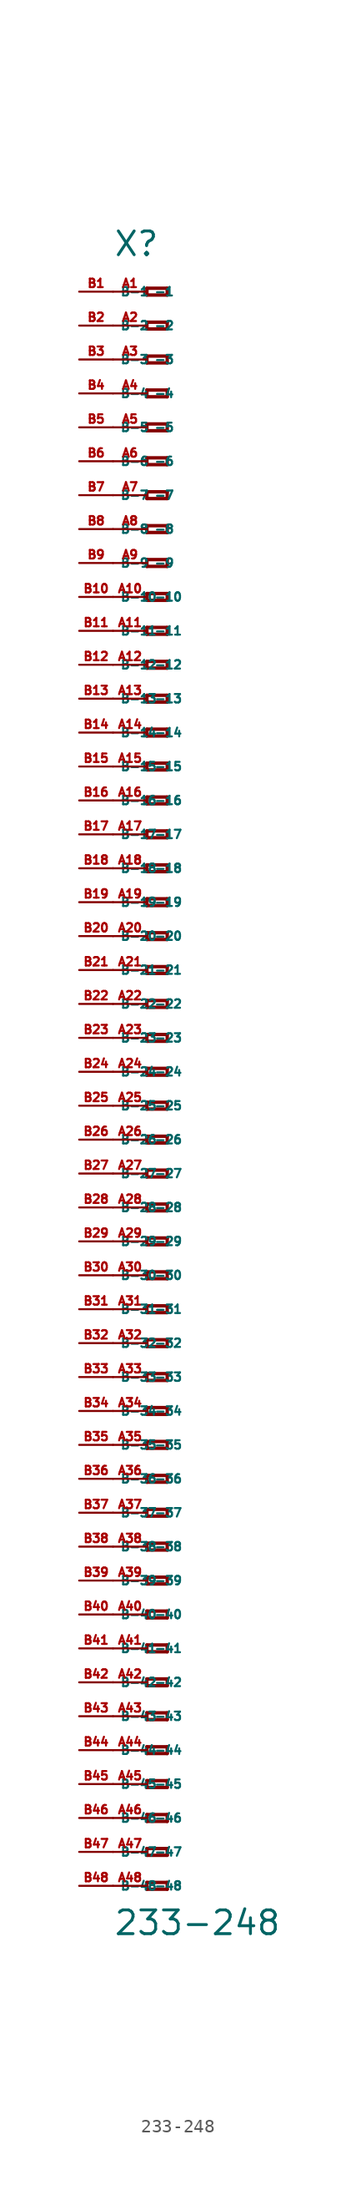
<source format=kicad_sym>
(kicad_symbol_lib
  (version 20220914)
  (generator Eagle2Kicad)
  (symbol "233-248"
    (property "Reference" "X"
      (at -5.08 60.96 0)
      (effects (font (size 1.778 1.778) (thickness 0.22)) (justify left bottom)))
    (property "Value" "233-248"
      (at -5.08 -64.77 0)
      (effects (font (size 1.778 1.778) (thickness 0.22)) (justify left bottom)))
    (polyline
      (pts (xy -2.54 58.674) (xy -2.54 58.166))
      (stroke (width 0.254) (type default))
      (fill (type none)))
    (polyline
      (pts (xy -2.54 58.166) (xy -1.016 58.166))
      (stroke (width 0.254) (type default))
      (fill (type none)))
    (polyline
      (pts (xy -1.016 58.166) (xy -1.016 58.674))
      (stroke (width 0.254) (type default))
      (fill (type none)))
    (polyline
      (pts (xy -1.016 58.674) (xy -2.54 58.674))
      (stroke (width 0.254) (type default))
      (fill (type none)))
    (polyline
      (pts (xy -2.54 56.134) (xy -2.54 55.626))
      (stroke (width 0.254) (type default))
      (fill (type none)))
    (polyline
      (pts (xy -2.54 55.626) (xy -1.016 55.626))
      (stroke (width 0.254) (type default))
      (fill (type none)))
    (polyline
      (pts (xy -1.016 55.626) (xy -1.016 56.134))
      (stroke (width 0.254) (type default))
      (fill (type none)))
    (polyline
      (pts (xy -1.016 56.134) (xy -2.54 56.134))
      (stroke (width 0.254) (type default))
      (fill (type none)))
    (polyline
      (pts (xy -2.54 53.594) (xy -2.54 53.086))
      (stroke (width 0.254) (type default))
      (fill (type none)))
    (polyline
      (pts (xy -2.54 53.086) (xy -1.016 53.086))
      (stroke (width 0.254) (type default))
      (fill (type none)))
    (polyline
      (pts (xy -1.016 53.086) (xy -1.016 53.594))
      (stroke (width 0.254) (type default))
      (fill (type none)))
    (polyline
      (pts (xy -1.016 53.594) (xy -2.54 53.594))
      (stroke (width 0.254) (type default))
      (fill (type none)))
    (polyline
      (pts (xy -2.54 51.054) (xy -2.54 50.546))
      (stroke (width 0.254) (type default))
      (fill (type none)))
    (polyline
      (pts (xy -2.54 50.546) (xy -1.016 50.546))
      (stroke (width 0.254) (type default))
      (fill (type none)))
    (polyline
      (pts (xy -1.016 50.546) (xy -1.016 51.054))
      (stroke (width 0.254) (type default))
      (fill (type none)))
    (polyline
      (pts (xy -1.016 51.054) (xy -2.54 51.054))
      (stroke (width 0.254) (type default))
      (fill (type none)))
    (polyline
      (pts (xy -2.54 48.514) (xy -2.54 48.006))
      (stroke (width 0.254) (type default))
      (fill (type none)))
    (polyline
      (pts (xy -2.54 48.006) (xy -1.016 48.006))
      (stroke (width 0.254) (type default))
      (fill (type none)))
    (polyline
      (pts (xy -1.016 48.006) (xy -1.016 48.514))
      (stroke (width 0.254) (type default))
      (fill (type none)))
    (polyline
      (pts (xy -1.016 48.514) (xy -2.54 48.514))
      (stroke (width 0.254) (type default))
      (fill (type none)))
    (polyline
      (pts (xy -2.54 45.974) (xy -2.54 45.466))
      (stroke (width 0.254) (type default))
      (fill (type none)))
    (polyline
      (pts (xy -2.54 45.466) (xy -1.016 45.466))
      (stroke (width 0.254) (type default))
      (fill (type none)))
    (polyline
      (pts (xy -1.016 45.466) (xy -1.016 45.974))
      (stroke (width 0.254) (type default))
      (fill (type none)))
    (polyline
      (pts (xy -1.016 45.974) (xy -2.54 45.974))
      (stroke (width 0.254) (type default))
      (fill (type none)))
    (polyline
      (pts (xy -2.54 43.434) (xy -2.54 42.926))
      (stroke (width 0.254) (type default))
      (fill (type none)))
    (polyline
      (pts (xy -2.54 42.926) (xy -1.016 42.926))
      (stroke (width 0.254) (type default))
      (fill (type none)))
    (polyline
      (pts (xy -1.016 42.926) (xy -1.016 43.434))
      (stroke (width 0.254) (type default))
      (fill (type none)))
    (polyline
      (pts (xy -1.016 43.434) (xy -2.54 43.434))
      (stroke (width 0.254) (type default))
      (fill (type none)))
    (polyline
      (pts (xy -2.54 40.894) (xy -2.54 40.386))
      (stroke (width 0.254) (type default))
      (fill (type none)))
    (polyline
      (pts (xy -2.54 40.386) (xy -1.016 40.386))
      (stroke (width 0.254) (type default))
      (fill (type none)))
    (polyline
      (pts (xy -1.016 40.386) (xy -1.016 40.894))
      (stroke (width 0.254) (type default))
      (fill (type none)))
    (polyline
      (pts (xy -1.016 40.894) (xy -2.54 40.894))
      (stroke (width 0.254) (type default))
      (fill (type none)))
    (polyline
      (pts (xy -2.54 38.354) (xy -2.54 37.846))
      (stroke (width 0.254) (type default))
      (fill (type none)))
    (polyline
      (pts (xy -2.54 37.846) (xy -1.016 37.846))
      (stroke (width 0.254) (type default))
      (fill (type none)))
    (polyline
      (pts (xy -1.016 37.846) (xy -1.016 38.354))
      (stroke (width 0.254) (type default))
      (fill (type none)))
    (polyline
      (pts (xy -1.016 38.354) (xy -2.54 38.354))
      (stroke (width 0.254) (type default))
      (fill (type none)))
    (polyline
      (pts (xy -2.54 35.814) (xy -2.54 35.306))
      (stroke (width 0.254) (type default))
      (fill (type none)))
    (polyline
      (pts (xy -2.54 35.306) (xy -1.016 35.306))
      (stroke (width 0.254) (type default))
      (fill (type none)))
    (polyline
      (pts (xy -1.016 35.306) (xy -1.016 35.814))
      (stroke (width 0.254) (type default))
      (fill (type none)))
    (polyline
      (pts (xy -1.016 35.814) (xy -2.54 35.814))
      (stroke (width 0.254) (type default))
      (fill (type none)))
    (polyline
      (pts (xy -2.54 33.274) (xy -2.54 32.766))
      (stroke (width 0.254) (type default))
      (fill (type none)))
    (polyline
      (pts (xy -2.54 32.766) (xy -1.016 32.766))
      (stroke (width 0.254) (type default))
      (fill (type none)))
    (polyline
      (pts (xy -1.016 32.766) (xy -1.016 33.274))
      (stroke (width 0.254) (type default))
      (fill (type none)))
    (polyline
      (pts (xy -1.016 33.274) (xy -2.54 33.274))
      (stroke (width 0.254) (type default))
      (fill (type none)))
    (polyline
      (pts (xy -2.54 30.734) (xy -2.54 30.226))
      (stroke (width 0.254) (type default))
      (fill (type none)))
    (polyline
      (pts (xy -2.54 30.226) (xy -1.016 30.226))
      (stroke (width 0.254) (type default))
      (fill (type none)))
    (polyline
      (pts (xy -1.016 30.226) (xy -1.016 30.734))
      (stroke (width 0.254) (type default))
      (fill (type none)))
    (polyline
      (pts (xy -1.016 30.734) (xy -2.54 30.734))
      (stroke (width 0.254) (type default))
      (fill (type none)))
    (polyline
      (pts (xy -2.54 28.194) (xy -2.54 27.686))
      (stroke (width 0.254) (type default))
      (fill (type none)))
    (polyline
      (pts (xy -2.54 27.686) (xy -1.016 27.686))
      (stroke (width 0.254) (type default))
      (fill (type none)))
    (polyline
      (pts (xy -1.016 27.686) (xy -1.016 28.194))
      (stroke (width 0.254) (type default))
      (fill (type none)))
    (polyline
      (pts (xy -1.016 28.194) (xy -2.54 28.194))
      (stroke (width 0.254) (type default))
      (fill (type none)))
    (polyline
      (pts (xy -2.54 25.654) (xy -2.54 25.146))
      (stroke (width 0.254) (type default))
      (fill (type none)))
    (polyline
      (pts (xy -2.54 25.146) (xy -1.016 25.146))
      (stroke (width 0.254) (type default))
      (fill (type none)))
    (polyline
      (pts (xy -1.016 25.146) (xy -1.016 25.654))
      (stroke (width 0.254) (type default))
      (fill (type none)))
    (polyline
      (pts (xy -1.016 25.654) (xy -2.54 25.654))
      (stroke (width 0.254) (type default))
      (fill (type none)))
    (polyline
      (pts (xy -2.54 23.114) (xy -2.54 22.606))
      (stroke (width 0.254) (type default))
      (fill (type none)))
    (polyline
      (pts (xy -2.54 22.606) (xy -1.016 22.606))
      (stroke (width 0.254) (type default))
      (fill (type none)))
    (polyline
      (pts (xy -1.016 22.606) (xy -1.016 23.114))
      (stroke (width 0.254) (type default))
      (fill (type none)))
    (polyline
      (pts (xy -1.016 23.114) (xy -2.54 23.114))
      (stroke (width 0.254) (type default))
      (fill (type none)))
    (polyline
      (pts (xy -2.54 20.574) (xy -2.54 20.066))
      (stroke (width 0.254) (type default))
      (fill (type none)))
    (polyline
      (pts (xy -2.54 20.066) (xy -1.016 20.066))
      (stroke (width 0.254) (type default))
      (fill (type none)))
    (polyline
      (pts (xy -1.016 20.066) (xy -1.016 20.574))
      (stroke (width 0.254) (type default))
      (fill (type none)))
    (polyline
      (pts (xy -1.016 20.574) (xy -2.54 20.574))
      (stroke (width 0.254) (type default))
      (fill (type none)))
    (polyline
      (pts (xy -2.54 18.034) (xy -2.54 17.526))
      (stroke (width 0.254) (type default))
      (fill (type none)))
    (polyline
      (pts (xy -2.54 17.526) (xy -1.016 17.526))
      (stroke (width 0.254) (type default))
      (fill (type none)))
    (polyline
      (pts (xy -1.016 17.526) (xy -1.016 18.034))
      (stroke (width 0.254) (type default))
      (fill (type none)))
    (polyline
      (pts (xy -1.016 18.034) (xy -2.54 18.034))
      (stroke (width 0.254) (type default))
      (fill (type none)))
    (polyline
      (pts (xy -2.54 15.494) (xy -2.54 14.986))
      (stroke (width 0.254) (type default))
      (fill (type none)))
    (polyline
      (pts (xy -2.54 14.986) (xy -1.016 14.986))
      (stroke (width 0.254) (type default))
      (fill (type none)))
    (polyline
      (pts (xy -1.016 14.986) (xy -1.016 15.494))
      (stroke (width 0.254) (type default))
      (fill (type none)))
    (polyline
      (pts (xy -1.016 15.494) (xy -2.54 15.494))
      (stroke (width 0.254) (type default))
      (fill (type none)))
    (polyline
      (pts (xy -2.54 12.954) (xy -2.54 12.446))
      (stroke (width 0.254) (type default))
      (fill (type none)))
    (polyline
      (pts (xy -2.54 12.446) (xy -1.016 12.446))
      (stroke (width 0.254) (type default))
      (fill (type none)))
    (polyline
      (pts (xy -1.016 12.446) (xy -1.016 12.954))
      (stroke (width 0.254) (type default))
      (fill (type none)))
    (polyline
      (pts (xy -1.016 12.954) (xy -2.54 12.954))
      (stroke (width 0.254) (type default))
      (fill (type none)))
    (polyline
      (pts (xy -2.54 10.414) (xy -2.54 9.906))
      (stroke (width 0.254) (type default))
      (fill (type none)))
    (polyline
      (pts (xy -2.54 9.906) (xy -1.016 9.906))
      (stroke (width 0.254) (type default))
      (fill (type none)))
    (polyline
      (pts (xy -1.016 9.906) (xy -1.016 10.414))
      (stroke (width 0.254) (type default))
      (fill (type none)))
    (polyline
      (pts (xy -1.016 10.414) (xy -2.54 10.414))
      (stroke (width 0.254) (type default))
      (fill (type none)))
    (polyline
      (pts (xy -2.54 7.874) (xy -2.54 7.366))
      (stroke (width 0.254) (type default))
      (fill (type none)))
    (polyline
      (pts (xy -2.54 7.366) (xy -1.016 7.366))
      (stroke (width 0.254) (type default))
      (fill (type none)))
    (polyline
      (pts (xy -1.016 7.366) (xy -1.016 7.874))
      (stroke (width 0.254) (type default))
      (fill (type none)))
    (polyline
      (pts (xy -1.016 7.874) (xy -2.54 7.874))
      (stroke (width 0.254) (type default))
      (fill (type none)))
    (polyline
      (pts (xy -2.54 5.334) (xy -2.54 4.826))
      (stroke (width 0.254) (type default))
      (fill (type none)))
    (polyline
      (pts (xy -2.54 4.826) (xy -1.016 4.826))
      (stroke (width 0.254) (type default))
      (fill (type none)))
    (polyline
      (pts (xy -1.016 4.826) (xy -1.016 5.334))
      (stroke (width 0.254) (type default))
      (fill (type none)))
    (polyline
      (pts (xy -1.016 5.334) (xy -2.54 5.334))
      (stroke (width 0.254) (type default))
      (fill (type none)))
    (polyline
      (pts (xy -2.54 2.794) (xy -2.54 2.286))
      (stroke (width 0.254) (type default))
      (fill (type none)))
    (polyline
      (pts (xy -2.54 2.286) (xy -1.016 2.286))
      (stroke (width 0.254) (type default))
      (fill (type none)))
    (polyline
      (pts (xy -1.016 2.286) (xy -1.016 2.794))
      (stroke (width 0.254) (type default))
      (fill (type none)))
    (polyline
      (pts (xy -1.016 2.794) (xy -2.54 2.794))
      (stroke (width 0.254) (type default))
      (fill (type none)))
    (polyline
      (pts (xy -2.54 0.254) (xy -2.54 -0.254))
      (stroke (width 0.254) (type default))
      (fill (type none)))
    (polyline
      (pts (xy -2.54 -0.254) (xy -1.016 -0.254))
      (stroke (width 0.254) (type default))
      (fill (type none)))
    (polyline
      (pts (xy -1.016 -0.254) (xy -1.016 0.254))
      (stroke (width 0.254) (type default))
      (fill (type none)))
    (polyline
      (pts (xy -1.016 0.254) (xy -2.54 0.254))
      (stroke (width 0.254) (type default))
      (fill (type none)))
    (polyline
      (pts (xy -2.54 -2.286) (xy -2.54 -2.794))
      (stroke (width 0.254) (type default))
      (fill (type none)))
    (polyline
      (pts (xy -2.54 -2.794) (xy -1.016 -2.794))
      (stroke (width 0.254) (type default))
      (fill (type none)))
    (polyline
      (pts (xy -1.016 -2.794) (xy -1.016 -2.286))
      (stroke (width 0.254) (type default))
      (fill (type none)))
    (polyline
      (pts (xy -1.016 -2.286) (xy -2.54 -2.286))
      (stroke (width 0.254) (type default))
      (fill (type none)))
    (polyline
      (pts (xy -2.54 -4.826) (xy -2.54 -5.334))
      (stroke (width 0.254) (type default))
      (fill (type none)))
    (polyline
      (pts (xy -2.54 -5.334) (xy -1.016 -5.334))
      (stroke (width 0.254) (type default))
      (fill (type none)))
    (polyline
      (pts (xy -1.016 -5.334) (xy -1.016 -4.826))
      (stroke (width 0.254) (type default))
      (fill (type none)))
    (polyline
      (pts (xy -1.016 -4.826) (xy -2.54 -4.826))
      (stroke (width 0.254) (type default))
      (fill (type none)))
    (polyline
      (pts (xy -2.54 -7.366) (xy -2.54 -7.874))
      (stroke (width 0.254) (type default))
      (fill (type none)))
    (polyline
      (pts (xy -2.54 -7.874) (xy -1.016 -7.874))
      (stroke (width 0.254) (type default))
      (fill (type none)))
    (polyline
      (pts (xy -1.016 -7.874) (xy -1.016 -7.366))
      (stroke (width 0.254) (type default))
      (fill (type none)))
    (polyline
      (pts (xy -1.016 -7.366) (xy -2.54 -7.366))
      (stroke (width 0.254) (type default))
      (fill (type none)))
    (polyline
      (pts (xy -2.54 -9.906) (xy -2.54 -10.414))
      (stroke (width 0.254) (type default))
      (fill (type none)))
    (polyline
      (pts (xy -2.54 -10.414) (xy -1.016 -10.414))
      (stroke (width 0.254) (type default))
      (fill (type none)))
    (polyline
      (pts (xy -1.016 -10.414) (xy -1.016 -9.906))
      (stroke (width 0.254) (type default))
      (fill (type none)))
    (polyline
      (pts (xy -1.016 -9.906) (xy -2.54 -9.906))
      (stroke (width 0.254) (type default))
      (fill (type none)))
    (polyline
      (pts (xy -2.54 -12.446) (xy -2.54 -12.954))
      (stroke (width 0.254) (type default))
      (fill (type none)))
    (polyline
      (pts (xy -2.54 -12.954) (xy -1.016 -12.954))
      (stroke (width 0.254) (type default))
      (fill (type none)))
    (polyline
      (pts (xy -1.016 -12.954) (xy -1.016 -12.446))
      (stroke (width 0.254) (type default))
      (fill (type none)))
    (polyline
      (pts (xy -1.016 -12.446) (xy -2.54 -12.446))
      (stroke (width 0.254) (type default))
      (fill (type none)))
    (polyline
      (pts (xy -2.54 -14.986) (xy -2.54 -15.494))
      (stroke (width 0.254) (type default))
      (fill (type none)))
    (polyline
      (pts (xy -2.54 -15.494) (xy -1.016 -15.494))
      (stroke (width 0.254) (type default))
      (fill (type none)))
    (polyline
      (pts (xy -1.016 -15.494) (xy -1.016 -14.986))
      (stroke (width 0.254) (type default))
      (fill (type none)))
    (polyline
      (pts (xy -1.016 -14.986) (xy -2.54 -14.986))
      (stroke (width 0.254) (type default))
      (fill (type none)))
    (polyline
      (pts (xy -2.54 -17.526) (xy -2.54 -18.034))
      (stroke (width 0.254) (type default))
      (fill (type none)))
    (polyline
      (pts (xy -2.54 -18.034) (xy -1.016 -18.034))
      (stroke (width 0.254) (type default))
      (fill (type none)))
    (polyline
      (pts (xy -1.016 -18.034) (xy -1.016 -17.526))
      (stroke (width 0.254) (type default))
      (fill (type none)))
    (polyline
      (pts (xy -1.016 -17.526) (xy -2.54 -17.526))
      (stroke (width 0.254) (type default))
      (fill (type none)))
    (polyline
      (pts (xy -2.54 -20.066) (xy -2.54 -20.574))
      (stroke (width 0.254) (type default))
      (fill (type none)))
    (polyline
      (pts (xy -2.54 -20.574) (xy -1.016 -20.574))
      (stroke (width 0.254) (type default))
      (fill (type none)))
    (polyline
      (pts (xy -1.016 -20.574) (xy -1.016 -20.066))
      (stroke (width 0.254) (type default))
      (fill (type none)))
    (polyline
      (pts (xy -1.016 -20.066) (xy -2.54 -20.066))
      (stroke (width 0.254) (type default))
      (fill (type none)))
    (polyline
      (pts (xy -2.54 -22.606) (xy -2.54 -23.114))
      (stroke (width 0.254) (type default))
      (fill (type none)))
    (polyline
      (pts (xy -2.54 -23.114) (xy -1.016 -23.114))
      (stroke (width 0.254) (type default))
      (fill (type none)))
    (polyline
      (pts (xy -1.016 -23.114) (xy -1.016 -22.606))
      (stroke (width 0.254) (type default))
      (fill (type none)))
    (polyline
      (pts (xy -1.016 -22.606) (xy -2.54 -22.606))
      (stroke (width 0.254) (type default))
      (fill (type none)))
    (polyline
      (pts (xy -2.54 -25.146) (xy -2.54 -25.654))
      (stroke (width 0.254) (type default))
      (fill (type none)))
    (polyline
      (pts (xy -2.54 -25.654) (xy -1.016 -25.654))
      (stroke (width 0.254) (type default))
      (fill (type none)))
    (polyline
      (pts (xy -1.016 -25.654) (xy -1.016 -25.146))
      (stroke (width 0.254) (type default))
      (fill (type none)))
    (polyline
      (pts (xy -1.016 -25.146) (xy -2.54 -25.146))
      (stroke (width 0.254) (type default))
      (fill (type none)))
    (polyline
      (pts (xy -2.54 -27.686) (xy -2.54 -28.194))
      (stroke (width 0.254) (type default))
      (fill (type none)))
    (polyline
      (pts (xy -2.54 -28.194) (xy -1.016 -28.194))
      (stroke (width 0.254) (type default))
      (fill (type none)))
    (polyline
      (pts (xy -1.016 -28.194) (xy -1.016 -27.686))
      (stroke (width 0.254) (type default))
      (fill (type none)))
    (polyline
      (pts (xy -1.016 -27.686) (xy -2.54 -27.686))
      (stroke (width 0.254) (type default))
      (fill (type none)))
    (polyline
      (pts (xy -2.54 -30.226) (xy -2.54 -30.734))
      (stroke (width 0.254) (type default))
      (fill (type none)))
    (polyline
      (pts (xy -2.54 -30.734) (xy -1.016 -30.734))
      (stroke (width 0.254) (type default))
      (fill (type none)))
    (polyline
      (pts (xy -1.016 -30.734) (xy -1.016 -30.226))
      (stroke (width 0.254) (type default))
      (fill (type none)))
    (polyline
      (pts (xy -1.016 -30.226) (xy -2.54 -30.226))
      (stroke (width 0.254) (type default))
      (fill (type none)))
    (polyline
      (pts (xy -2.54 -32.766) (xy -2.54 -33.274))
      (stroke (width 0.254) (type default))
      (fill (type none)))
    (polyline
      (pts (xy -2.54 -33.274) (xy -1.016 -33.274))
      (stroke (width 0.254) (type default))
      (fill (type none)))
    (polyline
      (pts (xy -1.016 -33.274) (xy -1.016 -32.766))
      (stroke (width 0.254) (type default))
      (fill (type none)))
    (polyline
      (pts (xy -1.016 -32.766) (xy -2.54 -32.766))
      (stroke (width 0.254) (type default))
      (fill (type none)))
    (polyline
      (pts (xy -2.54 -35.306) (xy -2.54 -35.814))
      (stroke (width 0.254) (type default))
      (fill (type none)))
    (polyline
      (pts (xy -2.54 -35.814) (xy -1.016 -35.814))
      (stroke (width 0.254) (type default))
      (fill (type none)))
    (polyline
      (pts (xy -1.016 -35.814) (xy -1.016 -35.306))
      (stroke (width 0.254) (type default))
      (fill (type none)))
    (polyline
      (pts (xy -1.016 -35.306) (xy -2.54 -35.306))
      (stroke (width 0.254) (type default))
      (fill (type none)))
    (polyline
      (pts (xy -2.54 -37.846) (xy -2.54 -38.354))
      (stroke (width 0.254) (type default))
      (fill (type none)))
    (polyline
      (pts (xy -2.54 -38.354) (xy -1.016 -38.354))
      (stroke (width 0.254) (type default))
      (fill (type none)))
    (polyline
      (pts (xy -1.016 -38.354) (xy -1.016 -37.846))
      (stroke (width 0.254) (type default))
      (fill (type none)))
    (polyline
      (pts (xy -1.016 -37.846) (xy -2.54 -37.846))
      (stroke (width 0.254) (type default))
      (fill (type none)))
    (polyline
      (pts (xy -2.54 -40.386) (xy -2.54 -40.894))
      (stroke (width 0.254) (type default))
      (fill (type none)))
    (polyline
      (pts (xy -2.54 -40.894) (xy -1.016 -40.894))
      (stroke (width 0.254) (type default))
      (fill (type none)))
    (polyline
      (pts (xy -1.016 -40.894) (xy -1.016 -40.386))
      (stroke (width 0.254) (type default))
      (fill (type none)))
    (polyline
      (pts (xy -1.016 -40.386) (xy -2.54 -40.386))
      (stroke (width 0.254) (type default))
      (fill (type none)))
    (polyline
      (pts (xy -2.54 -42.926) (xy -2.54 -43.434))
      (stroke (width 0.254) (type default))
      (fill (type none)))
    (polyline
      (pts (xy -2.54 -43.434) (xy -1.016 -43.434))
      (stroke (width 0.254) (type default))
      (fill (type none)))
    (polyline
      (pts (xy -1.016 -43.434) (xy -1.016 -42.926))
      (stroke (width 0.254) (type default))
      (fill (type none)))
    (polyline
      (pts (xy -1.016 -42.926) (xy -2.54 -42.926))
      (stroke (width 0.254) (type default))
      (fill (type none)))
    (polyline
      (pts (xy -2.54 -45.466) (xy -2.54 -45.974))
      (stroke (width 0.254) (type default))
      (fill (type none)))
    (polyline
      (pts (xy -2.54 -45.974) (xy -1.016 -45.974))
      (stroke (width 0.254) (type default))
      (fill (type none)))
    (polyline
      (pts (xy -1.016 -45.974) (xy -1.016 -45.466))
      (stroke (width 0.254) (type default))
      (fill (type none)))
    (polyline
      (pts (xy -1.016 -45.466) (xy -2.54 -45.466))
      (stroke (width 0.254) (type default))
      (fill (type none)))
    (polyline
      (pts (xy -2.54 -48.006) (xy -2.54 -48.514))
      (stroke (width 0.254) (type default))
      (fill (type none)))
    (polyline
      (pts (xy -2.54 -48.514) (xy -1.016 -48.514))
      (stroke (width 0.254) (type default))
      (fill (type none)))
    (polyline
      (pts (xy -1.016 -48.514) (xy -1.016 -48.006))
      (stroke (width 0.254) (type default))
      (fill (type none)))
    (polyline
      (pts (xy -1.016 -48.006) (xy -2.54 -48.006))
      (stroke (width 0.254) (type default))
      (fill (type none)))
    (polyline
      (pts (xy -2.54 -50.546) (xy -2.54 -51.054))
      (stroke (width 0.254) (type default))
      (fill (type none)))
    (polyline
      (pts (xy -2.54 -51.054) (xy -1.016 -51.054))
      (stroke (width 0.254) (type default))
      (fill (type none)))
    (polyline
      (pts (xy -1.016 -51.054) (xy -1.016 -50.546))
      (stroke (width 0.254) (type default))
      (fill (type none)))
    (polyline
      (pts (xy -1.016 -50.546) (xy -2.54 -50.546))
      (stroke (width 0.254) (type default))
      (fill (type none)))
    (polyline
      (pts (xy -2.54 -53.086) (xy -2.54 -53.594))
      (stroke (width 0.254) (type default))
      (fill (type none)))
    (polyline
      (pts (xy -2.54 -53.594) (xy -1.016 -53.594))
      (stroke (width 0.254) (type default))
      (fill (type none)))
    (polyline
      (pts (xy -1.016 -53.594) (xy -1.016 -53.086))
      (stroke (width 0.254) (type default))
      (fill (type none)))
    (polyline
      (pts (xy -1.016 -53.086) (xy -2.54 -53.086))
      (stroke (width 0.254) (type default))
      (fill (type none)))
    (polyline
      (pts (xy -2.54 -55.626) (xy -2.54 -56.134))
      (stroke (width 0.254) (type default))
      (fill (type none)))
    (polyline
      (pts (xy -2.54 -56.134) (xy -1.016 -56.134))
      (stroke (width 0.254) (type default))
      (fill (type none)))
    (polyline
      (pts (xy -1.016 -56.134) (xy -1.016 -55.626))
      (stroke (width 0.254) (type default))
      (fill (type none)))
    (polyline
      (pts (xy -1.016 -55.626) (xy -2.54 -55.626))
      (stroke (width 0.254) (type default))
      (fill (type none)))
    (polyline
      (pts (xy -2.54 -58.166) (xy -2.54 -58.674))
      (stroke (width 0.254) (type default))
      (fill (type none)))
    (polyline
      (pts (xy -2.54 -58.674) (xy -1.016 -58.674))
      (stroke (width 0.254) (type default))
      (fill (type none)))
    (polyline
      (pts (xy -1.016 -58.674) (xy -1.016 -58.166))
      (stroke (width 0.254) (type default))
      (fill (type none)))
    (polyline
      (pts (xy -1.016 -58.166) (xy -2.54 -58.166))
      (stroke (width 0.254) (type default))
      (fill (type none)))
    (polyline
      (pts (xy -2.54 -60.706) (xy -2.54 -61.214))
      (stroke (width 0.254) (type default))
      (fill (type none)))
    (polyline
      (pts (xy -2.54 -61.214) (xy -1.016 -61.214))
      (stroke (width 0.254) (type default))
      (fill (type none)))
    (polyline
      (pts (xy -1.016 -61.214) (xy -1.016 -60.706))
      (stroke (width 0.254) (type default))
      (fill (type none)))
    (polyline
      (pts (xy -1.016 -60.706) (xy -2.54 -60.706))
      (stroke (width 0.254) (type default))
      (fill (type none)))
    (pin passive line
      (at -5.08 58.42 0)
      (length 2.54)
      (name "-1" (effects (font (size 0.635 0.635) (thickness 0.08)) (justify left bottom)))
      (number "A1" (effects (font (size 0.635 0.635) (thickness 0.08)) (justify left bottom))))
    (pin passive line
      (at -5.08 55.88 0)
      (length 2.54)
      (name "-2" (effects (font (size 0.635 0.635) (thickness 0.08)) (justify left bottom)))
      (number "A2" (effects (font (size 0.635 0.635) (thickness 0.08)) (justify left bottom))))
    (pin passive line
      (at -5.08 53.34 0)
      (length 2.54)
      (name "-3" (effects (font (size 0.635 0.635) (thickness 0.08)) (justify left bottom)))
      (number "A3" (effects (font (size 0.635 0.635) (thickness 0.08)) (justify left bottom))))
    (pin passive line
      (at -5.08 50.8 0)
      (length 2.54)
      (name "-4" (effects (font (size 0.635 0.635) (thickness 0.08)) (justify left bottom)))
      (number "A4" (effects (font (size 0.635 0.635) (thickness 0.08)) (justify left bottom))))
    (pin passive line
      (at -5.08 48.26 0)
      (length 2.54)
      (name "-5" (effects (font (size 0.635 0.635) (thickness 0.08)) (justify left bottom)))
      (number "A5" (effects (font (size 0.635 0.635) (thickness 0.08)) (justify left bottom))))
    (pin passive line
      (at -5.08 45.72 0)
      (length 2.54)
      (name "-6" (effects (font (size 0.635 0.635) (thickness 0.08)) (justify left bottom)))
      (number "A6" (effects (font (size 0.635 0.635) (thickness 0.08)) (justify left bottom))))
    (pin passive line
      (at -5.08 43.18 0)
      (length 2.54)
      (name "-7" (effects (font (size 0.635 0.635) (thickness 0.08)) (justify left bottom)))
      (number "A7" (effects (font (size 0.635 0.635) (thickness 0.08)) (justify left bottom))))
    (pin passive line
      (at -5.08 40.64 0)
      (length 2.54)
      (name "-8" (effects (font (size 0.635 0.635) (thickness 0.08)) (justify left bottom)))
      (number "A8" (effects (font (size 0.635 0.635) (thickness 0.08)) (justify left bottom))))
    (pin passive line
      (at -5.08 38.1 0)
      (length 2.54)
      (name "-9" (effects (font (size 0.635 0.635) (thickness 0.08)) (justify left bottom)))
      (number "A9" (effects (font (size 0.635 0.635) (thickness 0.08)) (justify left bottom))))
    (pin passive line
      (at -5.08 35.56 0)
      (length 2.54)
      (name "-10" (effects (font (size 0.635 0.635) (thickness 0.08)) (justify left bottom)))
      (number "A10" (effects (font (size 0.635 0.635) (thickness 0.08)) (justify left bottom))))
    (pin passive line
      (at -5.08 33.02 0)
      (length 2.54)
      (name "-11" (effects (font (size 0.635 0.635) (thickness 0.08)) (justify left bottom)))
      (number "A11" (effects (font (size 0.635 0.635) (thickness 0.08)) (justify left bottom))))
    (pin passive line
      (at -5.08 30.48 0)
      (length 2.54)
      (name "-12" (effects (font (size 0.635 0.635) (thickness 0.08)) (justify left bottom)))
      (number "A12" (effects (font (size 0.635 0.635) (thickness 0.08)) (justify left bottom))))
    (pin passive line
      (at -5.08 27.94 0)
      (length 2.54)
      (name "-13" (effects (font (size 0.635 0.635) (thickness 0.08)) (justify left bottom)))
      (number "A13" (effects (font (size 0.635 0.635) (thickness 0.08)) (justify left bottom))))
    (pin passive line
      (at -5.08 25.4 0)
      (length 2.54)
      (name "-14" (effects (font (size 0.635 0.635) (thickness 0.08)) (justify left bottom)))
      (number "A14" (effects (font (size 0.635 0.635) (thickness 0.08)) (justify left bottom))))
    (pin passive line
      (at -5.08 22.86 0)
      (length 2.54)
      (name "-15" (effects (font (size 0.635 0.635) (thickness 0.08)) (justify left bottom)))
      (number "A15" (effects (font (size 0.635 0.635) (thickness 0.08)) (justify left bottom))))
    (pin passive line
      (at -5.08 20.32 0)
      (length 2.54)
      (name "-16" (effects (font (size 0.635 0.635) (thickness 0.08)) (justify left bottom)))
      (number "A16" (effects (font (size 0.635 0.635) (thickness 0.08)) (justify left bottom))))
    (pin passive line
      (at -5.08 17.78 0)
      (length 2.54)
      (name "-17" (effects (font (size 0.635 0.635) (thickness 0.08)) (justify left bottom)))
      (number "A17" (effects (font (size 0.635 0.635) (thickness 0.08)) (justify left bottom))))
    (pin passive line
      (at -5.08 15.24 0)
      (length 2.54)
      (name "-18" (effects (font (size 0.635 0.635) (thickness 0.08)) (justify left bottom)))
      (number "A18" (effects (font (size 0.635 0.635) (thickness 0.08)) (justify left bottom))))
    (pin passive line
      (at -5.08 12.7 0)
      (length 2.54)
      (name "-19" (effects (font (size 0.635 0.635) (thickness 0.08)) (justify left bottom)))
      (number "A19" (effects (font (size 0.635 0.635) (thickness 0.08)) (justify left bottom))))
    (pin passive line
      (at -5.08 10.16 0)
      (length 2.54)
      (name "-20" (effects (font (size 0.635 0.635) (thickness 0.08)) (justify left bottom)))
      (number "A20" (effects (font (size 0.635 0.635) (thickness 0.08)) (justify left bottom))))
    (pin passive line
      (at -5.08 7.62 0)
      (length 2.54)
      (name "-21" (effects (font (size 0.635 0.635) (thickness 0.08)) (justify left bottom)))
      (number "A21" (effects (font (size 0.635 0.635) (thickness 0.08)) (justify left bottom))))
    (pin passive line
      (at -5.08 5.08 0)
      (length 2.54)
      (name "-22" (effects (font (size 0.635 0.635) (thickness 0.08)) (justify left bottom)))
      (number "A22" (effects (font (size 0.635 0.635) (thickness 0.08)) (justify left bottom))))
    (pin passive line
      (at -5.08 2.54 0)
      (length 2.54)
      (name "-23" (effects (font (size 0.635 0.635) (thickness 0.08)) (justify left bottom)))
      (number "A23" (effects (font (size 0.635 0.635) (thickness 0.08)) (justify left bottom))))
    (pin passive line
      (at -5.08 0 0)
      (length 2.54)
      (name "-24" (effects (font (size 0.635 0.635) (thickness 0.08)) (justify left bottom)))
      (number "A24" (effects (font (size 0.635 0.635) (thickness 0.08)) (justify left bottom))))
    (pin passive line
      (at -5.08 -2.54 0)
      (length 2.54)
      (name "-25" (effects (font (size 0.635 0.635) (thickness 0.08)) (justify left bottom)))
      (number "A25" (effects (font (size 0.635 0.635) (thickness 0.08)) (justify left bottom))))
    (pin passive line
      (at -5.08 -5.08 0)
      (length 2.54)
      (name "-26" (effects (font (size 0.635 0.635) (thickness 0.08)) (justify left bottom)))
      (number "A26" (effects (font (size 0.635 0.635) (thickness 0.08)) (justify left bottom))))
    (pin passive line
      (at -5.08 -7.62 0)
      (length 2.54)
      (name "-27" (effects (font (size 0.635 0.635) (thickness 0.08)) (justify left bottom)))
      (number "A27" (effects (font (size 0.635 0.635) (thickness 0.08)) (justify left bottom))))
    (pin passive line
      (at -5.08 -10.16 0)
      (length 2.54)
      (name "-28" (effects (font (size 0.635 0.635) (thickness 0.08)) (justify left bottom)))
      (number "A28" (effects (font (size 0.635 0.635) (thickness 0.08)) (justify left bottom))))
    (pin passive line
      (at -5.08 -12.7 0)
      (length 2.54)
      (name "-29" (effects (font (size 0.635 0.635) (thickness 0.08)) (justify left bottom)))
      (number "A29" (effects (font (size 0.635 0.635) (thickness 0.08)) (justify left bottom))))
    (pin passive line
      (at -5.08 -15.24 0)
      (length 2.54)
      (name "-30" (effects (font (size 0.635 0.635) (thickness 0.08)) (justify left bottom)))
      (number "A30" (effects (font (size 0.635 0.635) (thickness 0.08)) (justify left bottom))))
    (pin passive line
      (at -5.08 -17.78 0)
      (length 2.54)
      (name "-31" (effects (font (size 0.635 0.635) (thickness 0.08)) (justify left bottom)))
      (number "A31" (effects (font (size 0.635 0.635) (thickness 0.08)) (justify left bottom))))
    (pin passive line
      (at -5.08 -20.32 0)
      (length 2.54)
      (name "-32" (effects (font (size 0.635 0.635) (thickness 0.08)) (justify left bottom)))
      (number "A32" (effects (font (size 0.635 0.635) (thickness 0.08)) (justify left bottom))))
    (pin passive line
      (at -5.08 -22.86 0)
      (length 2.54)
      (name "-33" (effects (font (size 0.635 0.635) (thickness 0.08)) (justify left bottom)))
      (number "A33" (effects (font (size 0.635 0.635) (thickness 0.08)) (justify left bottom))))
    (pin passive line
      (at -5.08 -25.4 0)
      (length 2.54)
      (name "-34" (effects (font (size 0.635 0.635) (thickness 0.08)) (justify left bottom)))
      (number "A34" (effects (font (size 0.635 0.635) (thickness 0.08)) (justify left bottom))))
    (pin passive line
      (at -5.08 -27.94 0)
      (length 2.54)
      (name "-35" (effects (font (size 0.635 0.635) (thickness 0.08)) (justify left bottom)))
      (number "A35" (effects (font (size 0.635 0.635) (thickness 0.08)) (justify left bottom))))
    (pin passive line
      (at -5.08 -30.48 0)
      (length 2.54)
      (name "-36" (effects (font (size 0.635 0.635) (thickness 0.08)) (justify left bottom)))
      (number "A36" (effects (font (size 0.635 0.635) (thickness 0.08)) (justify left bottom))))
    (pin passive line
      (at -5.08 -33.02 0)
      (length 2.54)
      (name "-37" (effects (font (size 0.635 0.635) (thickness 0.08)) (justify left bottom)))
      (number "A37" (effects (font (size 0.635 0.635) (thickness 0.08)) (justify left bottom))))
    (pin passive line
      (at -5.08 -35.56 0)
      (length 2.54)
      (name "-38" (effects (font (size 0.635 0.635) (thickness 0.08)) (justify left bottom)))
      (number "A38" (effects (font (size 0.635 0.635) (thickness 0.08)) (justify left bottom))))
    (pin passive line
      (at -5.08 -38.1 0)
      (length 2.54)
      (name "-39" (effects (font (size 0.635 0.635) (thickness 0.08)) (justify left bottom)))
      (number "A39" (effects (font (size 0.635 0.635) (thickness 0.08)) (justify left bottom))))
    (pin passive line
      (at -5.08 -40.64 0)
      (length 2.54)
      (name "-40" (effects (font (size 0.635 0.635) (thickness 0.08)) (justify left bottom)))
      (number "A40" (effects (font (size 0.635 0.635) (thickness 0.08)) (justify left bottom))))
    (pin passive line
      (at -5.08 -43.18 0)
      (length 2.54)
      (name "-41" (effects (font (size 0.635 0.635) (thickness 0.08)) (justify left bottom)))
      (number "A41" (effects (font (size 0.635 0.635) (thickness 0.08)) (justify left bottom))))
    (pin passive line
      (at -5.08 -45.72 0)
      (length 2.54)
      (name "-42" (effects (font (size 0.635 0.635) (thickness 0.08)) (justify left bottom)))
      (number "A42" (effects (font (size 0.635 0.635) (thickness 0.08)) (justify left bottom))))
    (pin passive line
      (at -5.08 -48.26 0)
      (length 2.54)
      (name "-43" (effects (font (size 0.635 0.635) (thickness 0.08)) (justify left bottom)))
      (number "A43" (effects (font (size 0.635 0.635) (thickness 0.08)) (justify left bottom))))
    (pin passive line
      (at -5.08 -50.8 0)
      (length 2.54)
      (name "-44" (effects (font (size 0.635 0.635) (thickness 0.08)) (justify left bottom)))
      (number "A44" (effects (font (size 0.635 0.635) (thickness 0.08)) (justify left bottom))))
    (pin passive line
      (at -5.08 -53.34 0)
      (length 2.54)
      (name "-45" (effects (font (size 0.635 0.635) (thickness 0.08)) (justify left bottom)))
      (number "A45" (effects (font (size 0.635 0.635) (thickness 0.08)) (justify left bottom))))
    (pin passive line
      (at -5.08 -55.88 0)
      (length 2.54)
      (name "-46" (effects (font (size 0.635 0.635) (thickness 0.08)) (justify left bottom)))
      (number "A46" (effects (font (size 0.635 0.635) (thickness 0.08)) (justify left bottom))))
    (pin passive line
      (at -5.08 -58.42 0)
      (length 2.54)
      (name "-47" (effects (font (size 0.635 0.635) (thickness 0.08)) (justify left bottom)))
      (number "A47" (effects (font (size 0.635 0.635) (thickness 0.08)) (justify left bottom))))
    (pin passive line
      (at -5.08 -60.96 0)
      (length 2.54)
      (name "-48" (effects (font (size 0.635 0.635) (thickness 0.08)) (justify left bottom)))
      (number "A48" (effects (font (size 0.635 0.635) (thickness 0.08)) (justify left bottom))))
    (pin passive line
      (at -7.62 -60.96 0)
      (length 2.54)
      (name "B-48" (effects (font (size 0.635 0.635) (thickness 0.08)) (justify left bottom)))
      (number "B48" (effects (font (size 0.635 0.635) (thickness 0.08)) (justify left bottom))))
    (pin passive line
      (at -7.62 58.42 0)
      (length 2.54)
      (name "B-1" (effects (font (size 0.635 0.635) (thickness 0.08)) (justify left bottom)))
      (number "B1" (effects (font (size 0.635 0.635) (thickness 0.08)) (justify left bottom))))
    (pin passive line
      (at -7.62 55.88 0)
      (length 2.54)
      (name "B-2" (effects (font (size 0.635 0.635) (thickness 0.08)) (justify left bottom)))
      (number "B2" (effects (font (size 0.635 0.635) (thickness 0.08)) (justify left bottom))))
    (pin passive line
      (at -7.62 53.34 0)
      (length 2.54)
      (name "B-3" (effects (font (size 0.635 0.635) (thickness 0.08)) (justify left bottom)))
      (number "B3" (effects (font (size 0.635 0.635) (thickness 0.08)) (justify left bottom))))
    (pin passive line
      (at -7.62 50.8 0)
      (length 2.54)
      (name "B-4" (effects (font (size 0.635 0.635) (thickness 0.08)) (justify left bottom)))
      (number "B4" (effects (font (size 0.635 0.635) (thickness 0.08)) (justify left bottom))))
    (pin passive line
      (at -7.62 48.26 0)
      (length 2.54)
      (name "B-5" (effects (font (size 0.635 0.635) (thickness 0.08)) (justify left bottom)))
      (number "B5" (effects (font (size 0.635 0.635) (thickness 0.08)) (justify left bottom))))
    (pin passive line
      (at -7.62 45.72 0)
      (length 2.54)
      (name "B-6" (effects (font (size 0.635 0.635) (thickness 0.08)) (justify left bottom)))
      (number "B6" (effects (font (size 0.635 0.635) (thickness 0.08)) (justify left bottom))))
    (pin passive line
      (at -7.62 43.18 0)
      (length 2.54)
      (name "B-7" (effects (font (size 0.635 0.635) (thickness 0.08)) (justify left bottom)))
      (number "B7" (effects (font (size 0.635 0.635) (thickness 0.08)) (justify left bottom))))
    (pin passive line
      (at -7.62 40.64 0)
      (length 2.54)
      (name "B-8" (effects (font (size 0.635 0.635) (thickness 0.08)) (justify left bottom)))
      (number "B8" (effects (font (size 0.635 0.635) (thickness 0.08)) (justify left bottom))))
    (pin passive line
      (at -7.62 38.1 0)
      (length 2.54)
      (name "B-9" (effects (font (size 0.635 0.635) (thickness 0.08)) (justify left bottom)))
      (number "B9" (effects (font (size 0.635 0.635) (thickness 0.08)) (justify left bottom))))
    (pin passive line
      (at -7.62 35.56 0)
      (length 2.54)
      (name "B-10" (effects (font (size 0.635 0.635) (thickness 0.08)) (justify left bottom)))
      (number "B10" (effects (font (size 0.635 0.635) (thickness 0.08)) (justify left bottom))))
    (pin passive line
      (at -7.62 33.02 0)
      (length 2.54)
      (name "B-11" (effects (font (size 0.635 0.635) (thickness 0.08)) (justify left bottom)))
      (number "B11" (effects (font (size 0.635 0.635) (thickness 0.08)) (justify left bottom))))
    (pin passive line
      (at -7.62 30.48 0)
      (length 2.54)
      (name "B-12" (effects (font (size 0.635 0.635) (thickness 0.08)) (justify left bottom)))
      (number "B12" (effects (font (size 0.635 0.635) (thickness 0.08)) (justify left bottom))))
    (pin passive line
      (at -7.62 27.94 0)
      (length 2.54)
      (name "B-13" (effects (font (size 0.635 0.635) (thickness 0.08)) (justify left bottom)))
      (number "B13" (effects (font (size 0.635 0.635) (thickness 0.08)) (justify left bottom))))
    (pin passive line
      (at -7.62 25.4 0)
      (length 2.54)
      (name "B-14" (effects (font (size 0.635 0.635) (thickness 0.08)) (justify left bottom)))
      (number "B14" (effects (font (size 0.635 0.635) (thickness 0.08)) (justify left bottom))))
    (pin passive line
      (at -7.62 22.86 0)
      (length 2.54)
      (name "B-15" (effects (font (size 0.635 0.635) (thickness 0.08)) (justify left bottom)))
      (number "B15" (effects (font (size 0.635 0.635) (thickness 0.08)) (justify left bottom))))
    (pin passive line
      (at -7.62 20.32 0)
      (length 2.54)
      (name "B-16" (effects (font (size 0.635 0.635) (thickness 0.08)) (justify left bottom)))
      (number "B16" (effects (font (size 0.635 0.635) (thickness 0.08)) (justify left bottom))))
    (pin passive line
      (at -7.62 17.78 0)
      (length 2.54)
      (name "B-17" (effects (font (size 0.635 0.635) (thickness 0.08)) (justify left bottom)))
      (number "B17" (effects (font (size 0.635 0.635) (thickness 0.08)) (justify left bottom))))
    (pin passive line
      (at -7.62 15.24 0)
      (length 2.54)
      (name "B-18" (effects (font (size 0.635 0.635) (thickness 0.08)) (justify left bottom)))
      (number "B18" (effects (font (size 0.635 0.635) (thickness 0.08)) (justify left bottom))))
    (pin passive line
      (at -7.62 12.7 0)
      (length 2.54)
      (name "B-19" (effects (font (size 0.635 0.635) (thickness 0.08)) (justify left bottom)))
      (number "B19" (effects (font (size 0.635 0.635) (thickness 0.08)) (justify left bottom))))
    (pin passive line
      (at -7.62 10.16 0)
      (length 2.54)
      (name "B-20" (effects (font (size 0.635 0.635) (thickness 0.08)) (justify left bottom)))
      (number "B20" (effects (font (size 0.635 0.635) (thickness 0.08)) (justify left bottom))))
    (pin passive line
      (at -7.62 7.62 0)
      (length 2.54)
      (name "B-21" (effects (font (size 0.635 0.635) (thickness 0.08)) (justify left bottom)))
      (number "B21" (effects (font (size 0.635 0.635) (thickness 0.08)) (justify left bottom))))
    (pin passive line
      (at -7.62 5.08 0)
      (length 2.54)
      (name "B-22" (effects (font (size 0.635 0.635) (thickness 0.08)) (justify left bottom)))
      (number "B22" (effects (font (size 0.635 0.635) (thickness 0.08)) (justify left bottom))))
    (pin passive line
      (at -7.62 2.54 0)
      (length 2.54)
      (name "B-23" (effects (font (size 0.635 0.635) (thickness 0.08)) (justify left bottom)))
      (number "B23" (effects (font (size 0.635 0.635) (thickness 0.08)) (justify left bottom))))
    (pin passive line
      (at -7.62 0 0)
      (length 2.54)
      (name "B-24" (effects (font (size 0.635 0.635) (thickness 0.08)) (justify left bottom)))
      (number "B24" (effects (font (size 0.635 0.635) (thickness 0.08)) (justify left bottom))))
    (pin passive line
      (at -7.62 -2.54 0)
      (length 2.54)
      (name "B-25" (effects (font (size 0.635 0.635) (thickness 0.08)) (justify left bottom)))
      (number "B25" (effects (font (size 0.635 0.635) (thickness 0.08)) (justify left bottom))))
    (pin passive line
      (at -7.62 -5.08 0)
      (length 2.54)
      (name "B-26" (effects (font (size 0.635 0.635) (thickness 0.08)) (justify left bottom)))
      (number "B26" (effects (font (size 0.635 0.635) (thickness 0.08)) (justify left bottom))))
    (pin passive line
      (at -7.62 -7.62 0)
      (length 2.54)
      (name "B-27" (effects (font (size 0.635 0.635) (thickness 0.08)) (justify left bottom)))
      (number "B27" (effects (font (size 0.635 0.635) (thickness 0.08)) (justify left bottom))))
    (pin passive line
      (at -7.62 -10.16 0)
      (length 2.54)
      (name "B-28" (effects (font (size 0.635 0.635) (thickness 0.08)) (justify left bottom)))
      (number "B28" (effects (font (size 0.635 0.635) (thickness 0.08)) (justify left bottom))))
    (pin passive line
      (at -7.62 -12.7 0)
      (length 2.54)
      (name "B-29" (effects (font (size 0.635 0.635) (thickness 0.08)) (justify left bottom)))
      (number "B29" (effects (font (size 0.635 0.635) (thickness 0.08)) (justify left bottom))))
    (pin passive line
      (at -7.62 -15.24 0)
      (length 2.54)
      (name "B-30" (effects (font (size 0.635 0.635) (thickness 0.08)) (justify left bottom)))
      (number "B30" (effects (font (size 0.635 0.635) (thickness 0.08)) (justify left bottom))))
    (pin passive line
      (at -7.62 -17.78 0)
      (length 2.54)
      (name "B-31" (effects (font (size 0.635 0.635) (thickness 0.08)) (justify left bottom)))
      (number "B31" (effects (font (size 0.635 0.635) (thickness 0.08)) (justify left bottom))))
    (pin passive line
      (at -7.62 -20.32 0)
      (length 2.54)
      (name "B-32" (effects (font (size 0.635 0.635) (thickness 0.08)) (justify left bottom)))
      (number "B32" (effects (font (size 0.635 0.635) (thickness 0.08)) (justify left bottom))))
    (pin passive line
      (at -7.62 -22.86 0)
      (length 2.54)
      (name "B-33" (effects (font (size 0.635 0.635) (thickness 0.08)) (justify left bottom)))
      (number "B33" (effects (font (size 0.635 0.635) (thickness 0.08)) (justify left bottom))))
    (pin passive line
      (at -7.62 -25.4 0)
      (length 2.54)
      (name "B-34" (effects (font (size 0.635 0.635) (thickness 0.08)) (justify left bottom)))
      (number "B34" (effects (font (size 0.635 0.635) (thickness 0.08)) (justify left bottom))))
    (pin passive line
      (at -7.62 -27.94 0)
      (length 2.54)
      (name "B-35" (effects (font (size 0.635 0.635) (thickness 0.08)) (justify left bottom)))
      (number "B35" (effects (font (size 0.635 0.635) (thickness 0.08)) (justify left bottom))))
    (pin passive line
      (at -7.62 -30.48 0)
      (length 2.54)
      (name "B-36" (effects (font (size 0.635 0.635) (thickness 0.08)) (justify left bottom)))
      (number "B36" (effects (font (size 0.635 0.635) (thickness 0.08)) (justify left bottom))))
    (pin passive line
      (at -7.62 -33.02 0)
      (length 2.54)
      (name "B-37" (effects (font (size 0.635 0.635) (thickness 0.08)) (justify left bottom)))
      (number "B37" (effects (font (size 0.635 0.635) (thickness 0.08)) (justify left bottom))))
    (pin passive line
      (at -7.62 -35.56 0)
      (length 2.54)
      (name "B-38" (effects (font (size 0.635 0.635) (thickness 0.08)) (justify left bottom)))
      (number "B38" (effects (font (size 0.635 0.635) (thickness 0.08)) (justify left bottom))))
    (pin passive line
      (at -7.62 -38.1 0)
      (length 2.54)
      (name "B-39" (effects (font (size 0.635 0.635) (thickness 0.08)) (justify left bottom)))
      (number "B39" (effects (font (size 0.635 0.635) (thickness 0.08)) (justify left bottom))))
    (pin passive line
      (at -7.62 -40.64 0)
      (length 2.54)
      (name "B-40" (effects (font (size 0.635 0.635) (thickness 0.08)) (justify left bottom)))
      (number "B40" (effects (font (size 0.635 0.635) (thickness 0.08)) (justify left bottom))))
    (pin passive line
      (at -7.62 -43.18 0)
      (length 2.54)
      (name "B-41" (effects (font (size 0.635 0.635) (thickness 0.08)) (justify left bottom)))
      (number "B41" (effects (font (size 0.635 0.635) (thickness 0.08)) (justify left bottom))))
    (pin passive line
      (at -7.62 -45.72 0)
      (length 2.54)
      (name "B-42" (effects (font (size 0.635 0.635) (thickness 0.08)) (justify left bottom)))
      (number "B42" (effects (font (size 0.635 0.635) (thickness 0.08)) (justify left bottom))))
    (pin passive line
      (at -7.62 -48.26 0)
      (length 2.54)
      (name "B-43" (effects (font (size 0.635 0.635) (thickness 0.08)) (justify left bottom)))
      (number "B43" (effects (font (size 0.635 0.635) (thickness 0.08)) (justify left bottom))))
    (pin passive line
      (at -7.62 -50.8 0)
      (length 2.54)
      (name "B-44" (effects (font (size 0.635 0.635) (thickness 0.08)) (justify left bottom)))
      (number "B44" (effects (font (size 0.635 0.635) (thickness 0.08)) (justify left bottom))))
    (pin passive line
      (at -7.62 -53.34 0)
      (length 2.54)
      (name "B-45" (effects (font (size 0.635 0.635) (thickness 0.08)) (justify left bottom)))
      (number "B45" (effects (font (size 0.635 0.635) (thickness 0.08)) (justify left bottom))))
    (pin passive line
      (at -7.62 -55.88 0)
      (length 2.54)
      (name "B-46" (effects (font (size 0.635 0.635) (thickness 0.08)) (justify left bottom)))
      (number "B46" (effects (font (size 0.635 0.635) (thickness 0.08)) (justify left bottom))))
    (pin passive line
      (at -7.62 -58.42 0)
      (length 2.54)
      (name "B-47" (effects (font (size 0.635 0.635) (thickness 0.08)) (justify left bottom)))
      (number "B47" (effects (font (size 0.635 0.635) (thickness 0.08)) (justify left bottom))))))
</source>
